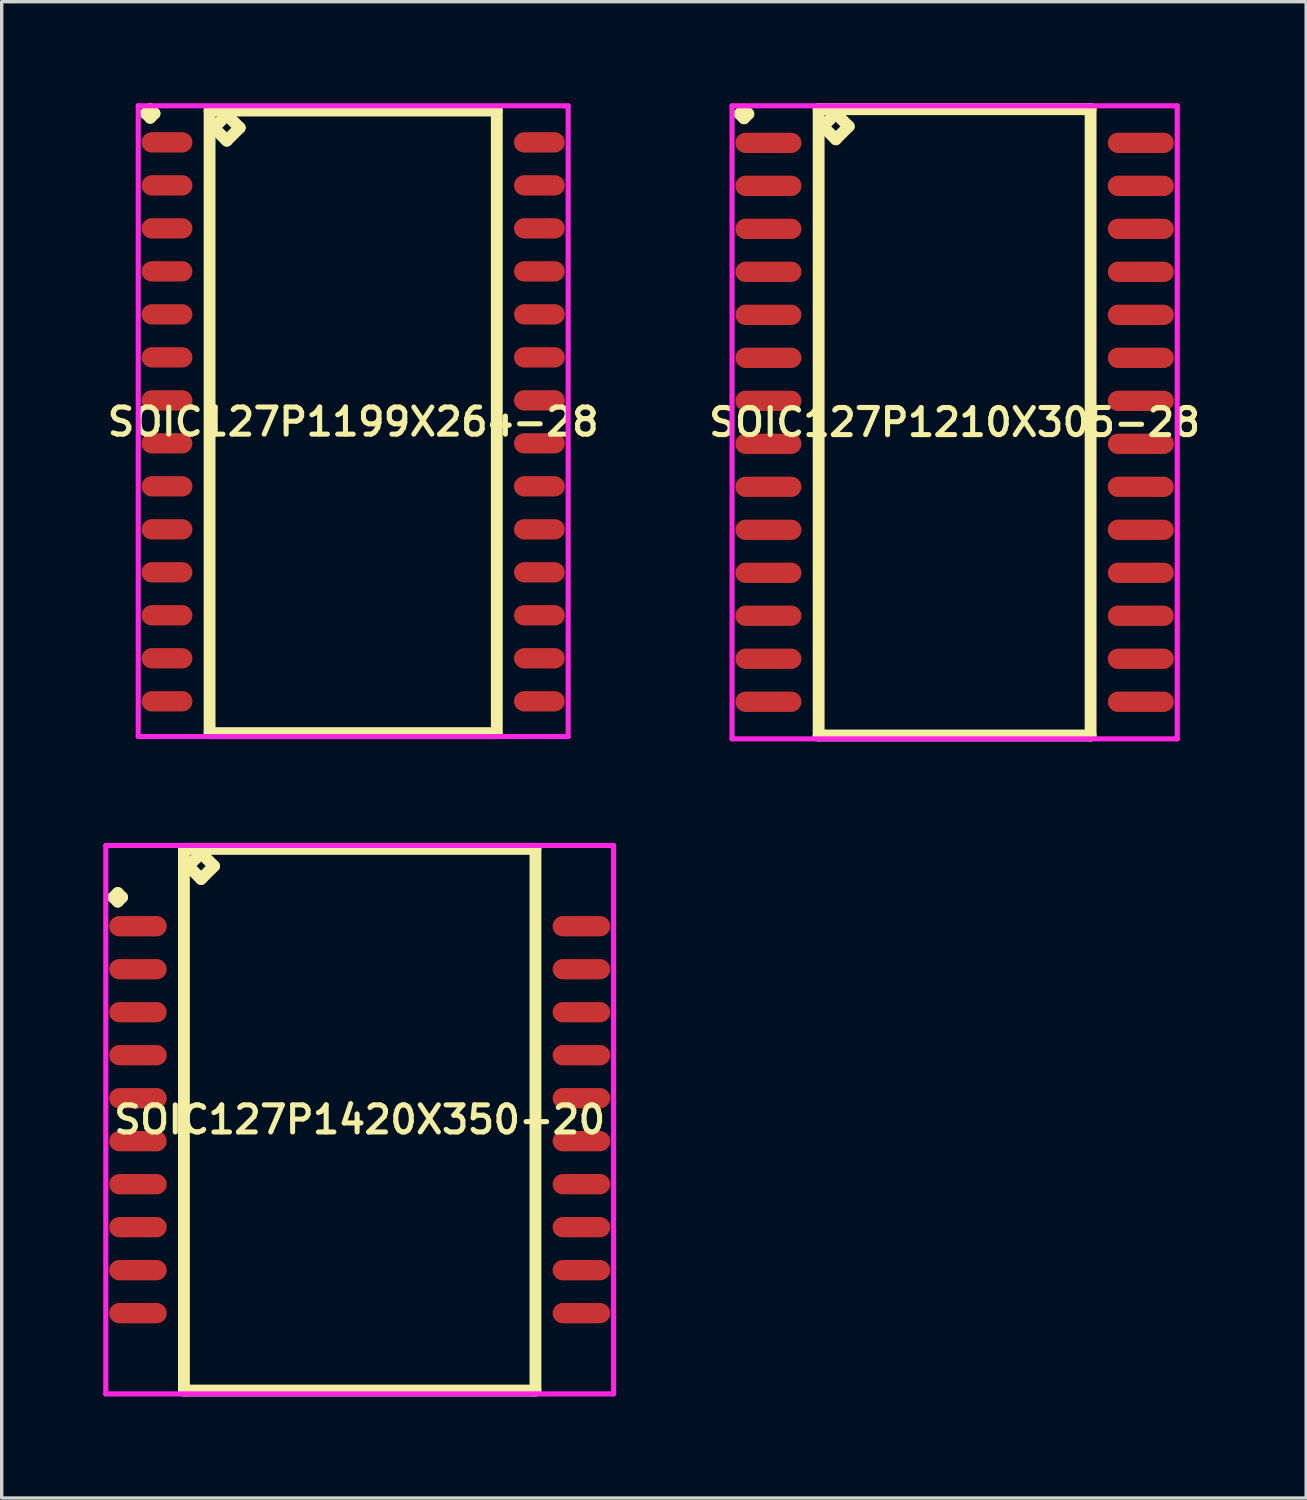
<source format=kicad_pcb>
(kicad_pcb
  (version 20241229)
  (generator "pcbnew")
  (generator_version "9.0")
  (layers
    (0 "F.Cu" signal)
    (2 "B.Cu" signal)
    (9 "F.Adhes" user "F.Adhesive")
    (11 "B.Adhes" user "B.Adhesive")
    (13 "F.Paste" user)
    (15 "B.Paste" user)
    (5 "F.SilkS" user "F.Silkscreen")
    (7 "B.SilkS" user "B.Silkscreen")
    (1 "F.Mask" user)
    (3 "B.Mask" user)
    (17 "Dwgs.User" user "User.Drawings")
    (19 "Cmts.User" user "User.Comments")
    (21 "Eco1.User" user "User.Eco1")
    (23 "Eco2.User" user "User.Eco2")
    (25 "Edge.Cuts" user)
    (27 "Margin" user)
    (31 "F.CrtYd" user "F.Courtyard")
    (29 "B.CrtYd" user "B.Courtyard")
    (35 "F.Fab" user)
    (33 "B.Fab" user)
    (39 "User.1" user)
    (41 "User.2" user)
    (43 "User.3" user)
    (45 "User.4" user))
  (footprint "SOIC127P1199X264-28"
    (layer "F.Cu")
    (at 7.383 9.411)
    (property "Reference" "SOIC127P1199X264-28" (at 0 0 0) (layer "F.SilkS") (effects (font (size 0.8 0.8) (thickness 0.15))))
    (attr through_hole)
    (fp_line (start -6.123 -9.109) (end -5.996 -9.236) (stroke (width 0.35) (type solid)) (layer "F.SilkS"))
    (fp_line (start -5.996 -9.236) (end -5.869 -9.109) (stroke (width 0.35) (type solid)) (layer "F.SilkS"))
    (fp_line (start -5.996 -8.982) (end -6.123 -9.109) (stroke (width 0.35) (type solid)) (layer "F.SilkS"))
    (fp_line (start -5.869 -9.109) (end -5.996 -8.982) (stroke (width 0.35) (type solid)) (layer "F.SilkS"))
    (fp_line (start -4.242 -9.195) (end -4.242 9.195) (stroke (width 0.35) (type solid)) (layer "F.SilkS"))
    (fp_line (start -4.242 9.195) (end 4.242 9.195) (stroke (width 0.35) (type solid)) (layer "F.SilkS"))
    (fp_line (start -4.115 -8.687) (end -3.734 -9.068) (stroke (width 0.35) (type solid)) (layer "F.SilkS"))
    (fp_line (start -3.734 -9.068) (end -3.353 -8.687) (stroke (width 0.35) (type solid)) (layer "F.SilkS"))
    (fp_line (start -3.734 -8.306) (end -4.115 -8.687) (stroke (width 0.35) (type solid)) (layer "F.SilkS"))
    (fp_line (start -3.353 -8.687) (end -3.734 -8.306) (stroke (width 0.35) (type solid)) (layer "F.SilkS"))
    (fp_line (start 4.242 -9.195) (end -4.242 -9.195) (stroke (width 0.35) (type solid)) (layer "F.SilkS"))
    (fp_line (start 4.242 9.195) (end 4.242 -9.195) (stroke (width 0.35) (type solid)) (layer "F.SilkS"))
    (fp_line (start -6.35 -9.336) (end 6.35 -9.336) (stroke (width 0.15) (type solid)) (layer "F.CrtYd"))
    (fp_line (start -6.35 9.295) (end -6.35 -9.336) (stroke (width 0.15) (type solid)) (layer "F.CrtYd"))
    (fp_line (start 6.35 -9.336) (end 6.35 9.295) (stroke (width 0.15) (type solid)) (layer "F.CrtYd"))
    (fp_line (start 6.35 9.295) (end -6.35 9.295) (stroke (width 0.15) (type solid)) (layer "F.CrtYd"))
    (pad "1" smd oval (at -5.5 -8.255) (size 1.5 0.6) (layers "F.Cu" "F.Mask" "F.Paste"))
    (pad "2" smd oval (at -5.5 -6.985) (size 1.5 0.6) (layers "F.Cu" "F.Mask" "F.Paste"))
    (pad "3" smd oval (at -5.5 -5.715) (size 1.5 0.6) (layers "F.Cu" "F.Mask" "F.Paste"))
    (pad "4" smd oval (at -5.5 -4.445) (size 1.5 0.6) (layers "F.Cu" "F.Mask" "F.Paste"))
    (pad "5" smd oval (at -5.5 -3.175) (size 1.5 0.6) (layers "F.Cu" "F.Mask" "F.Paste"))
    (pad "6" smd oval (at -5.5 -1.905) (size 1.5 0.6) (layers "F.Cu" "F.Mask" "F.Paste"))
    (pad "7" smd oval (at -5.5 -0.635) (size 1.5 0.6) (layers "F.Cu" "F.Mask" "F.Paste"))
    (pad "8" smd oval (at -5.5 0.635) (size 1.5 0.6) (layers "F.Cu" "F.Mask" "F.Paste"))
    (pad "9" smd oval (at -5.5 1.905) (size 1.5 0.6) (layers "F.Cu" "F.Mask" "F.Paste"))
    (pad "10" smd oval (at -5.5 3.175) (size 1.5 0.6) (layers "F.Cu" "F.Mask" "F.Paste"))
    (pad "11" smd oval (at -5.5 4.445) (size 1.5 0.6) (layers "F.Cu" "F.Mask" "F.Paste"))
    (pad "12" smd oval (at -5.5 5.715) (size 1.5 0.6) (layers "F.Cu" "F.Mask" "F.Paste"))
    (pad "13" smd oval (at -5.5 6.985) (size 1.5 0.6) (layers "F.Cu" "F.Mask" "F.Paste"))
    (pad "14" smd oval (at -5.5 8.255) (size 1.5 0.6) (layers "F.Cu" "F.Mask" "F.Paste"))
    (pad "15" smd oval (at 5.5 8.255) (size 1.5 0.6) (layers "F.Cu" "F.Mask" "F.Paste"))
    (pad "16" smd oval (at 5.5 6.985) (size 1.5 0.6) (layers "F.Cu" "F.Mask" "F.Paste"))
    (pad "17" smd oval (at 5.5 5.715) (size 1.5 0.6) (layers "F.Cu" "F.Mask" "F.Paste"))
    (pad "18" smd oval (at 5.5 4.445) (size 1.5 0.6) (layers "F.Cu" "F.Mask" "F.Paste"))
    (pad "19" smd oval (at 5.5 3.175) (size 1.5 0.6) (layers "F.Cu" "F.Mask" "F.Paste"))
    (pad "20" smd oval (at 5.5 1.905) (size 1.5 0.6) (layers "F.Cu" "F.Mask" "F.Paste"))
    (pad "21" smd oval (at 5.5 0.635) (size 1.5 0.6) (layers "F.Cu" "F.Mask" "F.Paste"))
    (pad "22" smd oval (at 5.5 -0.635) (size 1.5 0.6) (layers "F.Cu" "F.Mask" "F.Paste"))
    (pad "23" smd oval (at 5.5 -1.905) (size 1.5 0.6) (layers "F.Cu" "F.Mask" "F.Paste"))
    (pad "24" smd oval (at 5.5 -3.175) (size 1.5 0.6) (layers "F.Cu" "F.Mask" "F.Paste"))
    (pad "25" smd oval (at 5.5 -4.445) (size 1.5 0.6) (layers "F.Cu" "F.Mask" "F.Paste"))
    (pad "26" smd oval (at 5.5 -5.715) (size 1.5 0.6) (layers "F.Cu" "F.Mask" "F.Paste"))
    (pad "27" smd oval (at 5.5 -6.985) (size 1.5 0.6) (layers "F.Cu" "F.Mask" "F.Paste"))
    (pad "28" smd oval (at 5.5 -8.255) (size 1.5 0.6) (layers "F.Cu" "F.Mask" "F.Paste")))
  (footprint "SOIC127P1210X305-28"
    (layer "F.Cu")
    (at 25.149 9.425)
    (property "Reference" "SOIC127P1210X305-28" (at 0 0 0) (layer "F.SilkS") (effects (font (size 0.8 0.8) (thickness 0.15))))
    (attr smd)
    (fp_line (start -6.348 -9.109) (end -6.221 -9.236) (stroke (width 0.35) (type solid)) (layer "F.SilkS"))
    (fp_line (start -6.221 -9.236) (end -6.094 -9.109) (stroke (width 0.35) (type solid)) (layer "F.SilkS"))
    (fp_line (start -6.221 -8.982) (end -6.348 -9.109) (stroke (width 0.35) (type solid)) (layer "F.SilkS"))
    (fp_line (start -6.094 -9.109) (end -6.221 -8.982) (stroke (width 0.35) (type solid)) (layer "F.SilkS"))
    (fp_line (start -4.017 -9.25) (end -4.017 9.25) (stroke (width 0.35) (type solid)) (layer "F.SilkS"))
    (fp_line (start -4.017 9.25) (end 4.017 9.25) (stroke (width 0.35) (type solid)) (layer "F.SilkS"))
    (fp_line (start -3.89 -8.742) (end -3.509 -9.123) (stroke (width 0.35) (type solid)) (layer "F.SilkS"))
    (fp_line (start -3.509 -9.123) (end -3.128 -8.742) (stroke (width 0.35) (type solid)) (layer "F.SilkS"))
    (fp_line (start -3.509 -8.361) (end -3.89 -8.742) (stroke (width 0.35) (type solid)) (layer "F.SilkS"))
    (fp_line (start -3.128 -8.742) (end -3.509 -8.361) (stroke (width 0.35) (type solid)) (layer "F.SilkS"))
    (fp_line (start 4.017 -9.25) (end -4.017 -9.25) (stroke (width 0.35) (type solid)) (layer "F.SilkS"))
    (fp_line (start 4.017 9.25) (end 4.017 -9.25) (stroke (width 0.35) (type solid)) (layer "F.SilkS"))
    (fp_line (start -6.575 -9.35) (end 6.575 -9.35) (stroke (width 0.15) (type solid)) (layer "F.CrtYd"))
    (fp_line (start -6.575 9.35) (end -6.575 -9.35) (stroke (width 0.15) (type solid)) (layer "F.CrtYd"))
    (fp_line (start 6.575 -9.35) (end 6.575 9.35) (stroke (width 0.15) (type solid)) (layer "F.CrtYd"))
    (fp_line (start 6.575 9.35) (end -6.575 9.35) (stroke (width 0.15) (type solid)) (layer "F.CrtYd"))
    (pad "1" smd oval (at -5.5 -8.255) (size 1.95 0.6) (layers "F.Cu" "F.Mask" "F.Paste"))
    (pad "2" smd oval (at -5.5 -6.985) (size 1.95 0.6) (layers "F.Cu" "F.Mask" "F.Paste"))
    (pad "3" smd oval (at -5.5 -5.715) (size 1.95 0.6) (layers "F.Cu" "F.Mask" "F.Paste"))
    (pad "4" smd oval (at -5.5 -4.445) (size 1.95 0.6) (layers "F.Cu" "F.Mask" "F.Paste"))
    (pad "5" smd oval (at -5.5 -3.175) (size 1.95 0.6) (layers "F.Cu" "F.Mask" "F.Paste"))
    (pad "6" smd oval (at -5.5 -1.905) (size 1.95 0.6) (layers "F.Cu" "F.Mask" "F.Paste"))
    (pad "7" smd oval (at -5.5 -0.635) (size 1.95 0.6) (layers "F.Cu" "F.Mask" "F.Paste"))
    (pad "8" smd oval (at -5.5 0.635) (size 1.95 0.6) (layers "F.Cu" "F.Mask" "F.Paste"))
    (pad "9" smd oval (at -5.5 1.905) (size 1.95 0.6) (layers "F.Cu" "F.Mask" "F.Paste"))
    (pad "10" smd oval (at -5.5 3.175) (size 1.95 0.6) (layers "F.Cu" "F.Mask" "F.Paste"))
    (pad "11" smd oval (at -5.5 4.445) (size 1.95 0.6) (layers "F.Cu" "F.Mask" "F.Paste"))
    (pad "12" smd oval (at -5.5 5.715) (size 1.95 0.6) (layers "F.Cu" "F.Mask" "F.Paste"))
    (pad "13" smd oval (at -5.5 6.985) (size 1.95 0.6) (layers "F.Cu" "F.Mask" "F.Paste"))
    (pad "14" smd oval (at -5.5 8.255) (size 1.95 0.6) (layers "F.Cu" "F.Mask" "F.Paste"))
    (pad "15" smd oval (at 5.5 8.255) (size 1.95 0.6) (layers "F.Cu" "F.Mask" "F.Paste"))
    (pad "16" smd oval (at 5.5 6.985) (size 1.95 0.6) (layers "F.Cu" "F.Mask" "F.Paste"))
    (pad "17" smd oval (at 5.5 5.715) (size 1.95 0.6) (layers "F.Cu" "F.Mask" "F.Paste"))
    (pad "18" smd oval (at 5.5 4.445) (size 1.95 0.6) (layers "F.Cu" "F.Mask" "F.Paste"))
    (pad "19" smd oval (at 5.5 3.175) (size 1.95 0.6) (layers "F.Cu" "F.Mask" "F.Paste"))
    (pad "20" smd oval (at 5.5 1.905) (size 1.95 0.6) (layers "F.Cu" "F.Mask" "F.Paste"))
    (pad "21" smd oval (at 5.5 0.635) (size 1.95 0.6) (layers "F.Cu" "F.Mask" "F.Paste"))
    (pad "22" smd oval (at 5.5 -0.635) (size 1.95 0.6) (layers "F.Cu" "F.Mask" "F.Paste"))
    (pad "23" smd oval (at 5.5 -1.905) (size 1.95 0.6) (layers "F.Cu" "F.Mask" "F.Paste"))
    (pad "24" smd oval (at 5.5 -3.175) (size 1.95 0.6) (layers "F.Cu" "F.Mask" "F.Paste"))
    (pad "25" smd oval (at 5.5 -4.445) (size 1.95 0.6) (layers "F.Cu" "F.Mask" "F.Paste"))
    (pad "26" smd oval (at 5.5 -5.715) (size 1.95 0.6) (layers "F.Cu" "F.Mask" "F.Paste"))
    (pad "27" smd oval (at 5.5 -6.985) (size 1.95 0.6) (layers "F.Cu" "F.Mask" "F.Paste"))
    (pad "28" smd oval (at 5.5 -8.255) (size 1.95 0.6) (layers "F.Cu" "F.Mask" "F.Paste")))
  (footprint "SOIC127P1420X350-20"
    (layer "F.Cu")
    (at 7.575 30.025)
    (property "Reference" "SOIC127P1420X350-20" (at 0 0 0) (layer "F.SilkS") (effects (font (size 0.8 0.8) (thickness 0.15))))
    (attr smd)
    (fp_line (start -7.273 -6.569) (end -7.146 -6.696) (stroke (width 0.35) (type solid)) (layer "F.SilkS"))
    (fp_line (start -7.146 -6.696) (end -7.019 -6.569) (stroke (width 0.35) (type solid)) (layer "F.SilkS"))
    (fp_line (start -7.146 -6.442) (end -7.273 -6.569) (stroke (width 0.35) (type solid)) (layer "F.SilkS"))
    (fp_line (start -7.019 -6.569) (end -7.146 -6.442) (stroke (width 0.35) (type solid)) (layer "F.SilkS"))
    (fp_line (start -5.192 -8) (end -5.192 8) (stroke (width 0.35) (type solid)) (layer "F.SilkS"))
    (fp_line (start -5.192 8) (end 5.192 8) (stroke (width 0.35) (type solid)) (layer "F.SilkS"))
    (fp_line (start -5.065 -7.492) (end -4.684 -7.873) (stroke (width 0.35) (type solid)) (layer "F.SilkS"))
    (fp_line (start -4.684 -7.873) (end -4.303 -7.492) (stroke (width 0.35) (type solid)) (layer "F.SilkS"))
    (fp_line (start -4.684 -7.111) (end -5.065 -7.492) (stroke (width 0.35) (type solid)) (layer "F.SilkS"))
    (fp_line (start -4.303 -7.492) (end -4.684 -7.111) (stroke (width 0.35) (type solid)) (layer "F.SilkS"))
    (fp_line (start 5.192 -8) (end -5.192 -8) (stroke (width 0.35) (type solid)) (layer "F.SilkS"))
    (fp_line (start 5.192 8) (end 5.192 -8) (stroke (width 0.35) (type solid)) (layer "F.SilkS"))
    (fp_line (start -7.5 -8.1) (end 7.5 -8.1) (stroke (width 0.15) (type solid)) (layer "F.CrtYd"))
    (fp_line (start -7.5 8.1) (end -7.5 -8.1) (stroke (width 0.15) (type solid)) (layer "F.CrtYd"))
    (fp_line (start 7.5 -8.1) (end 7.5 8.1) (stroke (width 0.15) (type solid)) (layer "F.CrtYd"))
    (fp_line (start 7.5 8.1) (end -7.5 8.1) (stroke (width 0.15) (type solid)) (layer "F.CrtYd"))
    (pad "1" smd oval (at -6.55 -5.715) (size 1.7 0.6) (layers "F.Cu" "F.Mask" "F.Paste"))
    (pad "2" smd oval (at -6.55 -4.445) (size 1.7 0.6) (layers "F.Cu" "F.Mask" "F.Paste"))
    (pad "3" smd oval (at -6.55 -3.175) (size 1.7 0.6) (layers "F.Cu" "F.Mask" "F.Paste"))
    (pad "4" smd oval (at -6.55 -1.905) (size 1.7 0.6) (layers "F.Cu" "F.Mask" "F.Paste"))
    (pad "5" smd oval (at -6.55 -0.635) (size 1.7 0.6) (layers "F.Cu" "F.Mask" "F.Paste"))
    (pad "6" smd oval (at -6.55 0.635) (size 1.7 0.6) (layers "F.Cu" "F.Mask" "F.Paste"))
    (pad "7" smd oval (at -6.55 1.905) (size 1.7 0.6) (layers "F.Cu" "F.Mask" "F.Paste"))
    (pad "8" smd oval (at -6.55 3.175) (size 1.7 0.6) (layers "F.Cu" "F.Mask" "F.Paste"))
    (pad "9" smd oval (at -6.55 4.445) (size 1.7 0.6) (layers "F.Cu" "F.Mask" "F.Paste"))
    (pad "10" smd oval (at -6.55 5.715) (size 1.7 0.6) (layers "F.Cu" "F.Mask" "F.Paste"))
    (pad "11" smd oval (at 6.55 5.715) (size 1.7 0.6) (layers "F.Cu" "F.Mask" "F.Paste"))
    (pad "12" smd oval (at 6.55 4.445) (size 1.7 0.6) (layers "F.Cu" "F.Mask" "F.Paste"))
    (pad "13" smd oval (at 6.55 3.175) (size 1.7 0.6) (layers "F.Cu" "F.Mask" "F.Paste"))
    (pad "14" smd oval (at 6.55 1.905) (size 1.7 0.6) (layers "F.Cu" "F.Mask" "F.Paste"))
    (pad "15" smd oval (at 6.55 0.635) (size 1.7 0.6) (layers "F.Cu" "F.Mask" "F.Paste"))
    (pad "16" smd oval (at 6.55 -0.635) (size 1.7 0.6) (layers "F.Cu" "F.Mask" "F.Paste"))
    (pad "17" smd oval (at 6.55 -1.905) (size 1.7 0.6) (layers "F.Cu" "F.Mask" "F.Paste"))
    (pad "18" smd oval (at 6.55 -3.175) (size 1.7 0.6) (layers "F.Cu" "F.Mask" "F.Paste"))
    (pad "19" smd oval (at 6.55 -4.445) (size 1.7 0.6) (layers "F.Cu" "F.Mask" "F.Paste"))
    (pad "20" smd oval (at 6.55 -5.715) (size 1.7 0.6) (layers "F.Cu" "F.Mask" "F.Paste")))
  (gr_rect
    (start -3 -3)
    (end 35.532 41.2)
    (stroke (width 0.1) (type default))
    (fill no)
    (layer "Edge.Cuts")))
</source>
